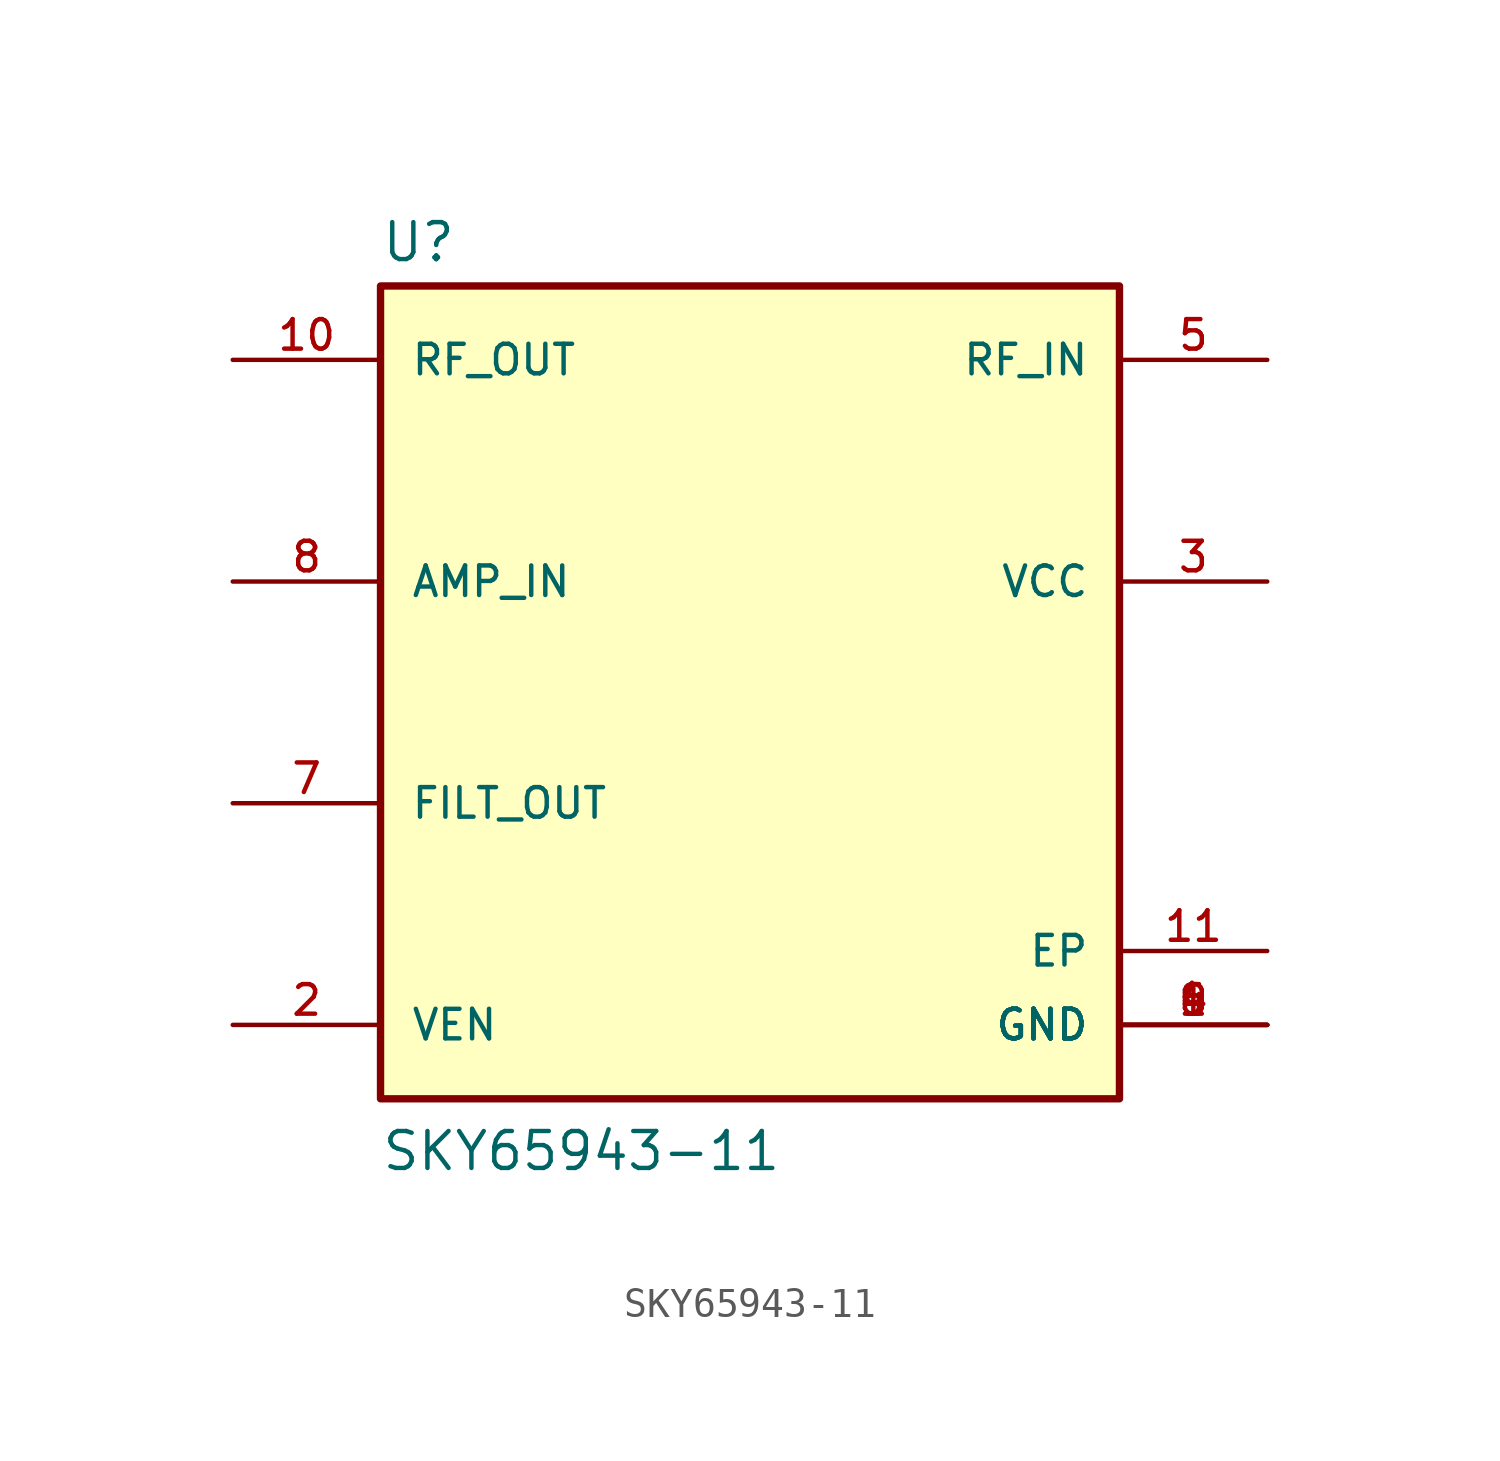
<source format=kicad_sym>
(kicad_symbol_lib
  (version 20231120)
  (generator "kicad_symbol_editor")
  (generator_version "8.0")
  (symbol "SKY65943-11"
    (pin_names
      (offset 1.016))
    (property "Reference" "U"
      (at -12.7 13.462 0)
      (effects (font (size 1.27 1.27)) (justify left bottom)))
    (property "Value" "SKY65943-11"
      (at -12.7 -17.78 0)
      (effects (font (size 1.27 1.27)) (justify left bottom)))
    (symbol "SKY65943-11_0_0"
      (rectangle (start -12.7 -15.24) (end 12.7 12.7) (stroke (width 0.254) (type default)) (fill (type background)))
      (pin power_in line (at 17.78 -12.7 180) (length 5.08) (name "GND" (effects (font (size 1.016 1.016)))) (number "1" (effects (font (size 1.016 1.016)))))
      (pin output line (at -17.78 10.16 0) (length 5.08) (name "RF_OUT" (effects (font (size 1.016 1.016)))) (number "10" (effects (font (size 1.016 1.016)))))
      (pin input line (at -17.78 -12.7 0) (length 5.08) (name "VEN" (effects (font (size 1.016 1.016)))) (number "2" (effects (font (size 1.016 1.016)))))
      (pin power_in line (at 17.78 2.54 180) (length 5.08) (name "VCC" (effects (font (size 1.016 1.016)))) (number "3" (effects (font (size 1.016 1.016)))))
      (pin power_in line (at 17.78 -12.7 180) (length 5.08) (name "GND" (effects (font (size 1.016 1.016)))) (number "4" (effects (font (size 1.016 1.016)))))
      (pin input line (at 17.78 10.16 180) (length 5.08) (name "RF_IN" (effects (font (size 1.016 1.016)))) (number "5" (effects (font (size 1.016 1.016)))))
      (pin power_in line (at 17.78 -12.7 180) (length 5.08) (name "GND" (effects (font (size 1.016 1.016)))) (number "6" (effects (font (size 1.016 1.016)))))
      (pin output line (at -17.78 -5.08 0) (length 5.08) (name "FILT_OUT" (effects (font (size 1.016 1.016)))) (number "7" (effects (font (size 1.016 1.016)))))
      (pin input line (at -17.78 2.54 0) (length 5.08) (name "AMP_IN" (effects (font (size 1.016 1.016)))) (number "8" (effects (font (size 1.016 1.016)))))
      (pin power_in line (at 17.78 -12.7 180) (length 5.08) (name "GND" (effects (font (size 1.016 1.016)))) (number "9" (effects (font (size 1.016 1.016))))))
    (symbol "SKY65943-11_1_0"
      (pin passive line (at 17.78 -10.16 180) (length 5.08) (name "EP" (effects (font (size 1.016 1.016)))) (number "11" (effects (font (size 1.016 1.016))))))))
</source>
